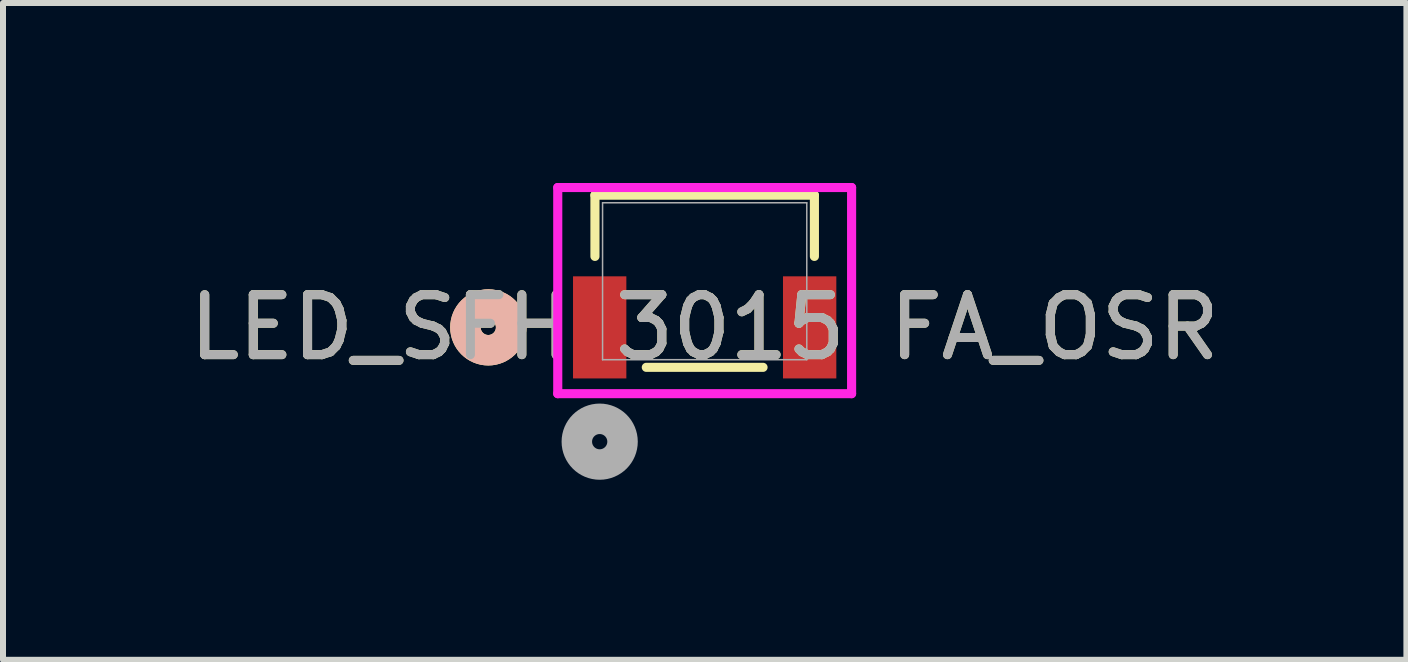
<source format=kicad_pcb>
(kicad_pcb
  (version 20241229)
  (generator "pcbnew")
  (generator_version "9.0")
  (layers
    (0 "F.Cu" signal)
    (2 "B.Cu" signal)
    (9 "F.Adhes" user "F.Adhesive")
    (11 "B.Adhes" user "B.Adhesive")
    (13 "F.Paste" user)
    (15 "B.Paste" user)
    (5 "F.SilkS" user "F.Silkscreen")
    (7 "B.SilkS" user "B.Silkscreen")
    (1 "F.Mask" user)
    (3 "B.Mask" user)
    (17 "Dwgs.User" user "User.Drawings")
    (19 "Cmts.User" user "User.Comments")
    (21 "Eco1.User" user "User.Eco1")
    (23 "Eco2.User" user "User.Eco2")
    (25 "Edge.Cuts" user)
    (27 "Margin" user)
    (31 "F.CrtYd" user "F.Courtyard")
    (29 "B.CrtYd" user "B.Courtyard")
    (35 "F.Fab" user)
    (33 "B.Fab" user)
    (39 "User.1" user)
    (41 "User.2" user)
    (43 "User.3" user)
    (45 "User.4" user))
  (footprint "LED_SFH 3015 FA_OSR"
    (layer "F.Cu")
    (at 8.696 1.638)
    (property "Reference" "LED_SFH 3015 FA_OSR" (at 0 0.769 0) (unlocked yes) (layer "F.SilkS") (effects (font (size 1 1) (thickness 0.15))))
    (attr smd)
    (fp_line (start -1.829 -1.435) (end -1.829 -0.414) (stroke (width 0.152) (type solid)) (layer "F.SilkS"))
    (fp_line (start -0.973 1.435) (end 0.973 1.435) (stroke (width 0.152) (type solid)) (layer "F.SilkS"))
    (fp_line (start 1.829 -1.435) (end -1.829 -1.435) (stroke (width 0.152) (type solid)) (layer "F.SilkS"))
    (fp_line (start 1.829 -0.414) (end 1.829 -1.435) (stroke (width 0.152) (type solid)) (layer "F.SilkS"))
    (fp_circle (center -3.607 0.769) (end -3.226 0.769) (stroke (width 0.508) (type solid)) (fill no) (layer "F.SilkS"))
    (fp_circle (center -3.607 0.769) (end -3.226 0.769) (stroke (width 0.508) (type solid)) (fill no) (layer "B.SilkS"))
    (fp_line (start -2.449 -1.562) (end -2.449 1.874) (stroke (width 0.152) (type solid)) (layer "F.CrtYd"))
    (fp_line (start -2.449 1.874) (end 2.449 1.874) (stroke (width 0.152) (type solid)) (layer "F.CrtYd"))
    (fp_line (start 2.449 -1.562) (end -2.449 -1.562) (stroke (width 0.152) (type solid)) (layer "F.CrtYd"))
    (fp_line (start 2.449 1.874) (end 2.449 -1.562) (stroke (width 0.152) (type solid)) (layer "F.CrtYd"))
    (fp_line (start -1.702 -1.308) (end -1.702 1.308) (stroke (width 0.025) (type solid)) (layer "F.Fab"))
    (fp_line (start -1.702 1.308) (end 1.702 1.308) (stroke (width 0.025) (type solid)) (layer "F.Fab"))
    (fp_line (start 1.702 -1.308) (end -1.702 -1.308) (stroke (width 0.025) (type solid)) (layer "F.Fab"))
    (fp_line (start 1.702 1.308) (end 1.702 -1.308) (stroke (width 0.025) (type solid)) (layer "F.Fab"))
    (fp_circle (center -1.75 2.674) (end -1.369 2.674) (stroke (width 0.508) (type solid)) (fill no) (layer "F.Fab"))
    (fp_text user "${REFERENCE}" (at 0 0.769 0) (unlocked yes) (layer "F.Fab") (effects (font (size 1 1) (thickness 0.15))))
    (pad "1" smd rect (at -1.75 0.769) (size 0.889 1.702) (layers "F.Cu" "F.Mask" "F.Paste"))
    (pad "2" smd rect (at 1.75 0.769) (size 0.889 1.702) (layers "F.Cu" "F.Mask" "F.Paste")))
  (gr_rect
    (start -3 -3)
    (end 20.393 7.948)
    (stroke (width 0.1) (type default))
    (fill no)
    (layer "Edge.Cuts")))
</source>
